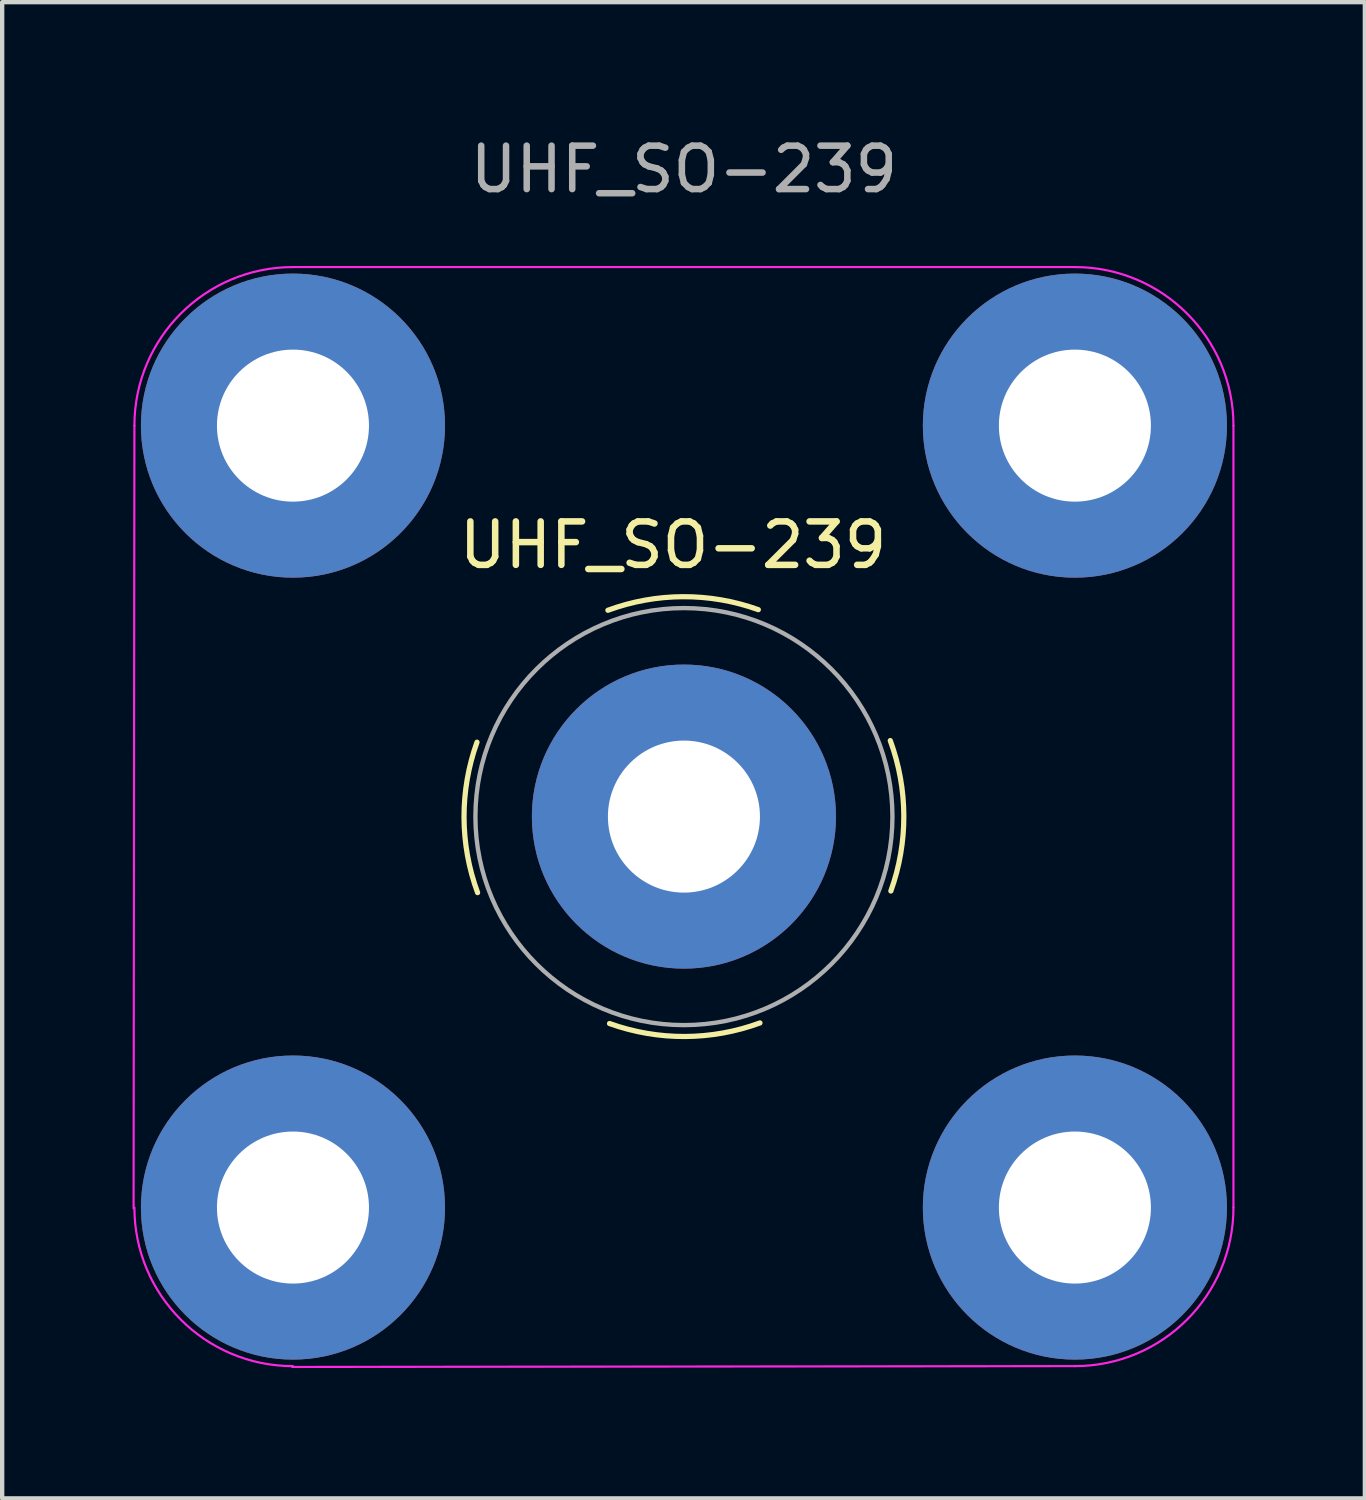
<source format=kicad_pcb>
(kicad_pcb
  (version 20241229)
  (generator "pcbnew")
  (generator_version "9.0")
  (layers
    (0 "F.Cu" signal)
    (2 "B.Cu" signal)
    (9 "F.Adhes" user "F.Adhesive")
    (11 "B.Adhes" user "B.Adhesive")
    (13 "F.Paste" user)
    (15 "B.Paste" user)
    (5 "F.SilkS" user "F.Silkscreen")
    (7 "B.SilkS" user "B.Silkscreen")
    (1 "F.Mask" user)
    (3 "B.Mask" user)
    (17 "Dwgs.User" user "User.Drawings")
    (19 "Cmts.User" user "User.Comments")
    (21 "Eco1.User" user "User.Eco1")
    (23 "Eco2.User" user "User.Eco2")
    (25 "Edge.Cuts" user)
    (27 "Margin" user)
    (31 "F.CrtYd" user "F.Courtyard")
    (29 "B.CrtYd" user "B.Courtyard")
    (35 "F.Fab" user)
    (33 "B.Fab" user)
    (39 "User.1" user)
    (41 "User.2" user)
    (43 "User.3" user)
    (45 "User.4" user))
  (footprint "UHF_SO-239"
    (layer "F.Cu")
    (at 12.694 15.748)
    (property "Reference" "UHF_SO-239" (at -0.25 -6.25 0) (layer "F.SilkS") (effects (font (size 1 1) (thickness 0.15))))
    (attr through_hole)
    (fp_arc (start -4.75 1.75) (mid -5.062075 0.019867) (end -4.763589 -1.712663) (stroke (width 0.12) (type solid)) (layer "F.SilkS"))
    (fp_arc (start -1.75 -4.75) (mid -0.019867 -5.062075) (end 1.712663 -4.763589) (stroke (width 0.12) (type solid)) (layer "F.SilkS"))
    (fp_arc (start 1.75 4.75) (mid 0.019867 5.062075) (end -1.712663 4.763589) (stroke (width 0.12) (type solid)) (layer "F.SilkS"))
    (fp_arc (start 4.75 -1.75) (mid 5.062075 -0.019867) (end 4.763589 1.712663) (stroke (width 0.12) (type solid)) (layer "F.SilkS"))
    (fp_line (start -12.669 9.019) (end -12.65 -9) (stroke (width 0.05) (type solid)) (layer "F.CrtYd"))
    (fp_line (start -9.019 12.669) (end 9 12.65) (stroke (width 0.05) (type solid)) (layer "F.CrtYd"))
    (fp_line (start -9 -12.65) (end 9 -12.65) (stroke (width 0.05) (type solid)) (layer "F.CrtYd"))
    (fp_line (start 12.65 9) (end 12.65 -9) (stroke (width 0.05) (type solid)) (layer "F.CrtYd"))
    (fp_arc (start -12.65 -9) (mid -11.58094 -11.58094) (end -9 -12.65) (stroke (width 0.05) (type default)) (layer "F.CrtYd"))
    (fp_arc (start -9 12.65) (mid -11.58094 11.58094) (end -12.65 9) (stroke (width 0.05) (type default)) (layer "F.CrtYd"))
    (fp_arc (start 9 -12.65) (mid 11.58094 -11.58094) (end 12.65 -9) (stroke (width 0.05) (type default)) (layer "F.CrtYd"))
    (fp_arc (start 12.65 9) (mid 11.58094 11.58094) (end 9 12.65) (stroke (width 0.05) (type default)) (layer "F.CrtYd"))
    (fp_circle (center 0 0) (end 4.8 0) (stroke (width 0.1) (type solid)) (fill no) (layer "F.Fab"))
    (fp_text user "${REFERENCE}" (at 0 -14.9 0) (layer "F.Fab") (effects (font (size 1 1) (thickness 0.15))))
    (pad "1" thru_hole circle (at 0 0) (size 7 7) (drill 3.5) (layers "*.Cu" "*.Mask"))
    (pad "2" thru_hole circle (at -9 -9) (size 7 7) (drill 3.5) (layers "*.Cu" "*.Mask"))
    (pad "2" thru_hole circle (at -9 9) (size 7 7) (drill 3.5) (layers "*.Cu" "*.Mask"))
    (pad "2" thru_hole circle (at 9 -9) (size 7 7) (drill 3.5) (layers "*.Cu" "*.Mask"))
    (pad "2" thru_hole circle (at 9 9) (size 7 7) (drill 3.5) (layers "*.Cu" "*.Mask")))
  (gr_rect
    (start -3 -3)
    (end 28.369 31.442)
    (stroke (width 0.1) (type default))
    (fill no)
    (layer "Edge.Cuts")))
</source>
